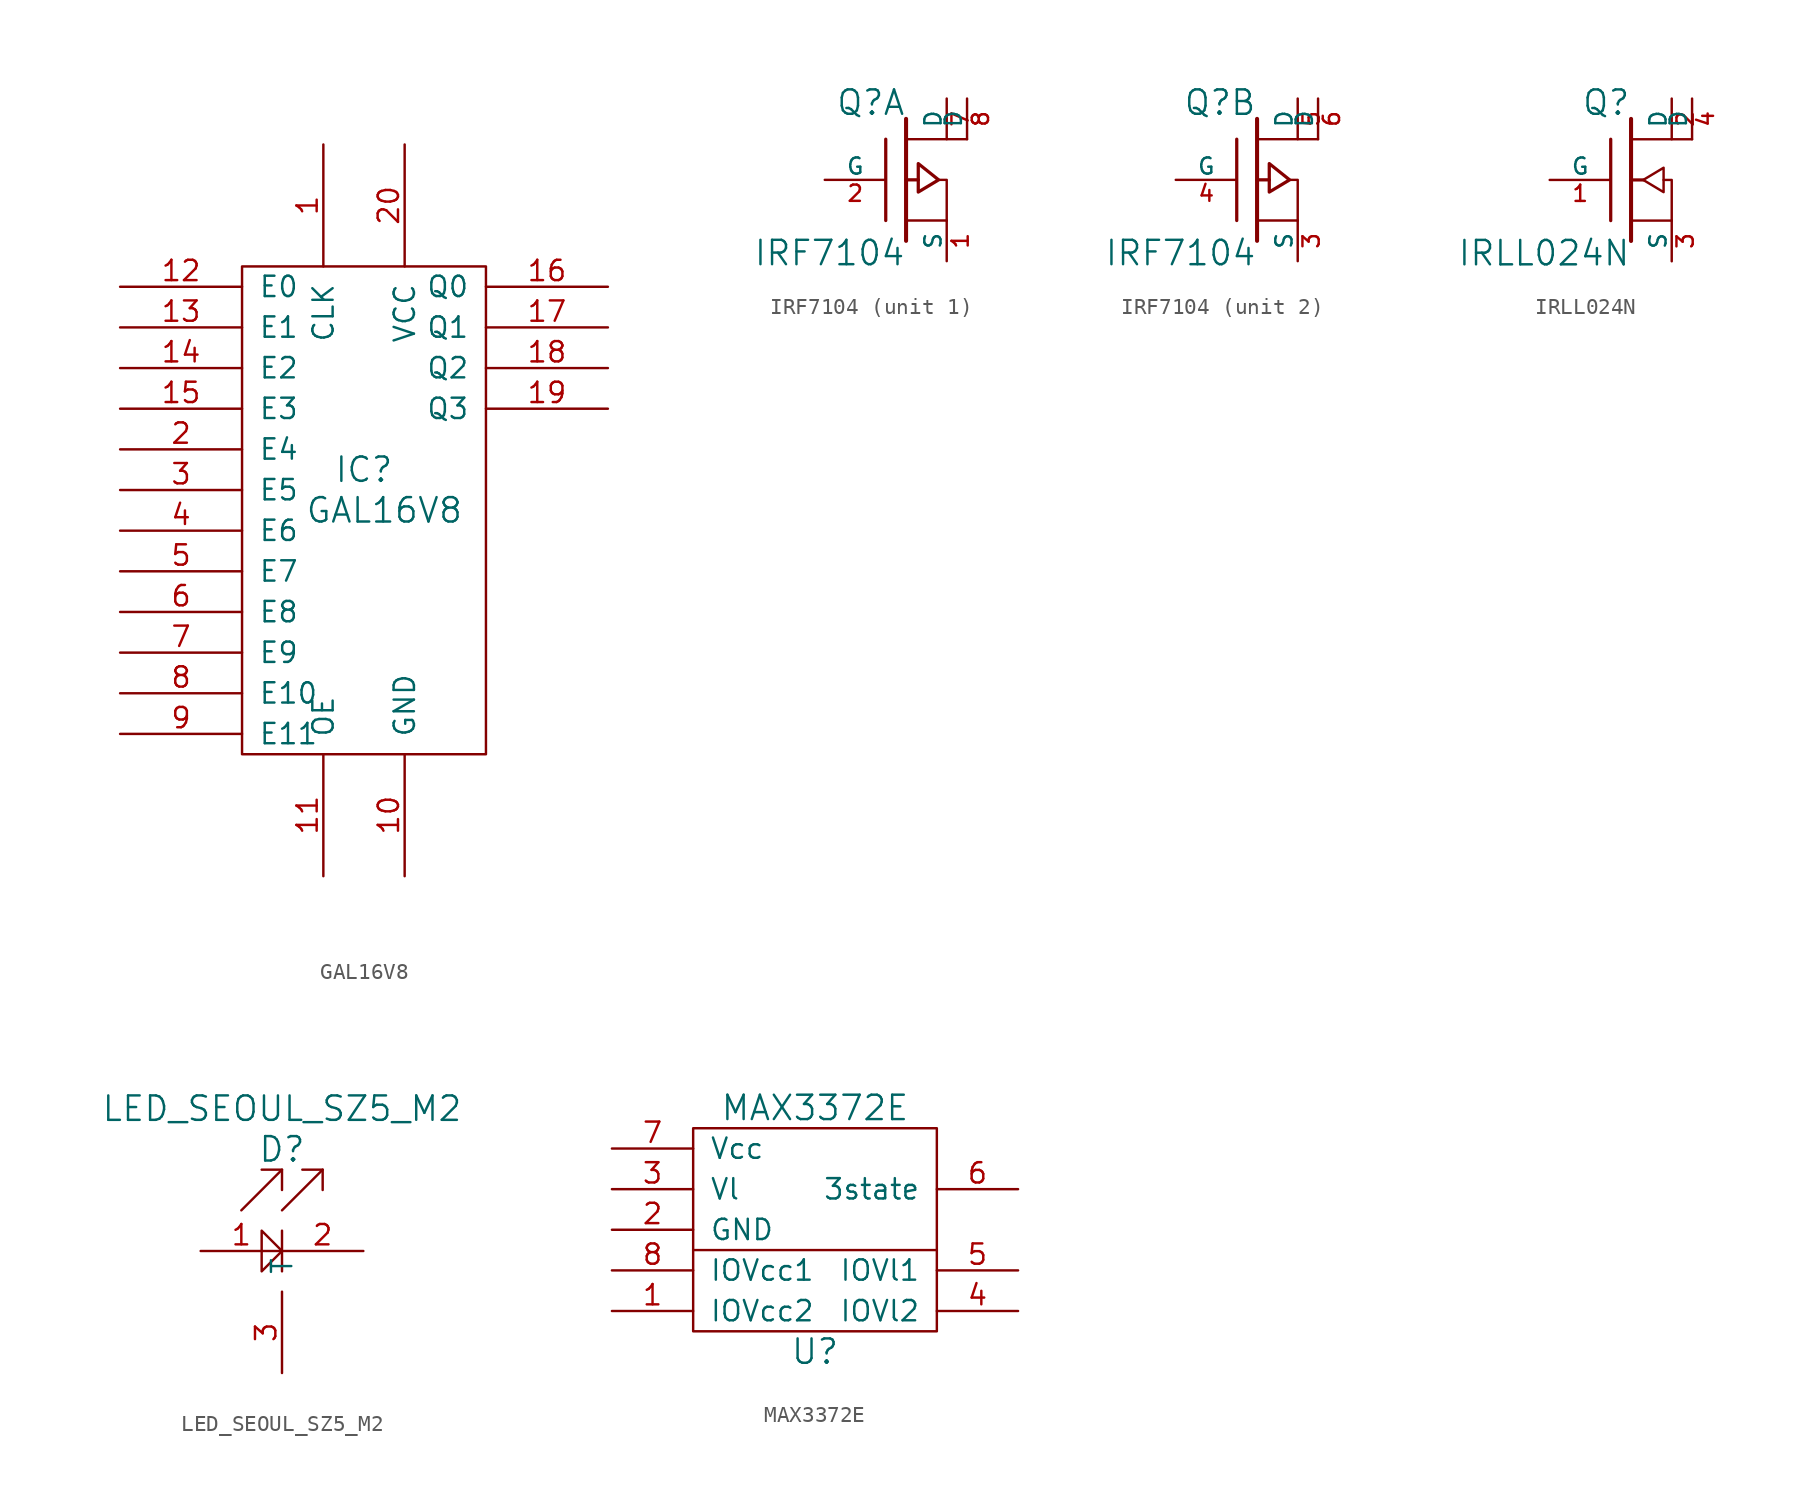
<source format=kicad_sym>
(kicad_symbol_lib
  (version 20220914)
  (generator kicad_symbol_editor)
  (symbol "GAL16V8"
    (pin_names
      (offset 1.016))
    (property "Reference" "IC"
      (at 0 2.54 0)
      (effects (font (size 1.524 1.524))))
    (property "Value" "GAL16V8"
      (at 1.27 0 0)
      (effects (font (size 1.524 1.524))))
    (symbol "GAL16V8_0_1"
      (rectangle (start 7.62 -15.24) (end -7.62 15.24) (stroke (width 0) (type solid)) (fill (type none))))
    (symbol "GAL16V8_1_1"
      (pin input line (at -2.54 22.86 270) (length 7.62) (name "CLK" (effects (font (size 1.27 1.27)))) (number "1" (effects (font (size 1.27 1.27)))))
      (pin power_in line (at 2.54 -22.86 90) (length 7.62) (name "GND" (effects (font (size 1.27 1.27)))) (number "10" (effects (font (size 1.27 1.27)))))
      (pin input line (at -2.54 -22.86 90) (length 7.62) (name "OE" (effects (font (size 1.27 1.27)))) (number "11" (effects (font (size 1.27 1.27)))))
      (pin input line (at -15.24 13.97 0) (length 7.62) (name "E0" (effects (font (size 1.27 1.27)))) (number "12" (effects (font (size 1.27 1.27)))))
      (pin input line (at -15.24 11.43 0) (length 7.62) (name "E1" (effects (font (size 1.27 1.27)))) (number "13" (effects (font (size 1.27 1.27)))))
      (pin input line (at -15.24 8.89 0) (length 7.62) (name "E2" (effects (font (size 1.27 1.27)))) (number "14" (effects (font (size 1.27 1.27)))))
      (pin input line (at -15.24 6.35 0) (length 7.62) (name "E3" (effects (font (size 1.27 1.27)))) (number "15" (effects (font (size 1.27 1.27)))))
      (pin output line (at 15.24 13.97 180) (length 7.62) (name "Q0" (effects (font (size 1.27 1.27)))) (number "16" (effects (font (size 1.27 1.27)))))
      (pin output line (at 15.24 11.43 180) (length 7.62) (name "Q1" (effects (font (size 1.27 1.27)))) (number "17" (effects (font (size 1.27 1.27)))))
      (pin output line (at 15.24 8.89 180) (length 7.62) (name "Q2" (effects (font (size 1.27 1.27)))) (number "18" (effects (font (size 1.27 1.27)))))
      (pin output line (at 15.24 6.35 180) (length 7.62) (name "Q3" (effects (font (size 1.27 1.27)))) (number "19" (effects (font (size 1.27 1.27)))))
      (pin input line (at -15.24 3.81 0) (length 7.62) (name "E4" (effects (font (size 1.27 1.27)))) (number "2" (effects (font (size 1.27 1.27)))))
      (pin power_in line (at 2.54 22.86 270) (length 7.62) (name "VCC" (effects (font (size 1.27 1.27)))) (number "20" (effects (font (size 1.27 1.27)))))
      (pin input line (at -15.24 1.27 0) (length 7.62) (name "E5" (effects (font (size 1.27 1.27)))) (number "3" (effects (font (size 1.27 1.27)))))
      (pin input line (at -15.24 -1.27 0) (length 7.62) (name "E6" (effects (font (size 1.27 1.27)))) (number "4" (effects (font (size 1.27 1.27)))))
      (pin input line (at -15.24 -3.81 0) (length 7.62) (name "E7" (effects (font (size 1.27 1.27)))) (number "5" (effects (font (size 1.27 1.27)))))
      (pin input line (at -15.24 -6.35 0) (length 7.62) (name "E8" (effects (font (size 1.27 1.27)))) (number "6" (effects (font (size 1.27 1.27)))))
      (pin input line (at -15.24 -8.89 0) (length 7.62) (name "E9" (effects (font (size 1.27 1.27)))) (number "7" (effects (font (size 1.27 1.27)))))
      (pin input line (at -15.24 -11.43 0) (length 7.62) (name "E10" (effects (font (size 1.27 1.27)))) (number "8" (effects (font (size 1.27 1.27)))))
      (pin input line (at -15.24 -13.97 0) (length 7.62) (name "E11" (effects (font (size 1.27 1.27)))) (number "9" (effects (font (size 1.27 1.27)))))))
  (symbol "IRF7104"
    (pin_names
      (offset 0))
    (property "Reference" "Q"
      (at 0 4.826 0)
      (effects (font (size 1.524 1.524)) (justify right)))
    (property "Value" "IRF7104"
      (at 0 -4.572 0)
      (effects (font (size 1.524 1.524)) (justify right)))
    (symbol "IRF7104_0_1"
      (polyline (pts (xy -1.27 -2.54) (xy -1.27 2.54)) (stroke (width 0.203) (type solid)) (fill (type none)))
      (polyline (pts (xy 0 -3.81) (xy 0 3.81)) (stroke (width 0.254) (type solid)) (fill (type none)))
      (polyline (pts (xy 0.762 0) (xy 0 0)) (stroke (width 0.203) (type solid)) (fill (type none)))
      (polyline (pts (xy 2.54 -2.54) (xy 0 -2.54)) (stroke (width 0) (type solid)) (fill (type none)))
      (polyline (pts (xy 3.81 2.54) (xy 0 2.54)) (stroke (width 0) (type solid)) (fill (type none)))
      (polyline (pts (xy 2.032 0) (xy 2.54 0) (xy 2.54 -2.54)) (stroke (width 0) (type solid)) (fill (type none)))
      (polyline (pts (xy 0.762 1.016) (xy 0.762 -0.762) (xy 2.032 0) (xy 0.762 1.016) (xy 0.762 1.016)) (stroke (width 0.203) (type solid)) (fill (type none))))
    (symbol "IRF7104_1_1"
      (pin passive line (at 2.54 -5.08 90) (length 2.54) (name "S" (effects (font (size 1.016 1.016)))) (number "1" (effects (font (size 1.016 1.016)))))
      (pin input line (at -5.08 0 0) (length 3.81) (name "G" (effects (font (size 1.016 1.016)))) (number "2" (effects (font (size 1.016 1.016)))))
      (pin passive line (at 2.54 5.08 270) (length 2.54) (name "D" (effects (font (size 1.016 1.016)))) (number "7" (effects (font (size 1.016 1.016)))))
      (pin passive line (at 3.81 5.08 270) (length 2.54) (name "D" (effects (font (size 1.016 1.016)))) (number "8" (effects (font (size 1.016 1.016))))))
    (symbol "IRF7104_2_1"
      (pin passive line (at 2.54 -5.08 90) (length 2.54) (name "S" (effects (font (size 1.016 1.016)))) (number "3" (effects (font (size 1.016 1.016)))))
      (pin input line (at -5.08 0 0) (length 3.81) (name "G" (effects (font (size 1.016 1.016)))) (number "4" (effects (font (size 1.016 1.016)))))
      (pin passive line (at 2.54 5.08 270) (length 2.54) (name "D" (effects (font (size 1.016 1.016)))) (number "5" (effects (font (size 1.016 1.016)))))
      (pin passive line (at 3.81 5.08 270) (length 2.54) (name "D" (effects (font (size 1.016 1.016)))) (number "6" (effects (font (size 1.016 1.016)))))))
  (symbol "IRLL024N"
    (pin_names
      (offset 0))
    (property "Reference" "Q"
      (at 0 4.826 0)
      (effects (font (size 1.524 1.524)) (justify right)))
    (property "Value" "IRLL024N"
      (at 0 -4.572 0)
      (effects (font (size 1.524 1.524)) (justify right)))
    (symbol "IRLL024N_0_1"
      (polyline (pts (xy -1.27 -2.54) (xy -1.27 2.54)) (stroke (width 0.203) (type solid)) (fill (type none)))
      (polyline (pts (xy 0 -3.81) (xy 0 3.81)) (stroke (width 0.254) (type solid)) (fill (type none)))
      (polyline (pts (xy 0.762 0) (xy 0 0)) (stroke (width 0.203) (type solid)) (fill (type none)))
      (polyline (pts (xy 2.54 -2.54) (xy 0 -2.54)) (stroke (width 0) (type solid)) (fill (type none)))
      (polyline (pts (xy 3.81 2.54) (xy 0 2.54)) (stroke (width 0) (type solid)) (fill (type none)))
      (polyline (pts (xy 2.032 0) (xy 2.54 0) (xy 2.54 -2.54)) (stroke (width 0) (type solid)) (fill (type none)))
      (polyline (pts (xy 2.032 0.762) (xy 2.032 -0.762) (xy 0.762 0) (xy 2.032 0.762)) (stroke (width 0) (type solid)) (fill (type none))))
    (symbol "IRLL024N_1_1"
      (pin input line (at -5.08 0 0) (length 3.81) (name "G" (effects (font (size 1.016 1.016)))) (number "1" (effects (font (size 1.016 1.016)))))
      (pin passive line (at 2.54 5.08 270) (length 2.54) (name "D" (effects (font (size 1.016 1.016)))) (number "2" (effects (font (size 1.016 1.016)))))
      (pin passive line (at 2.54 -5.08 90) (length 2.54) (name "S" (effects (font (size 1.016 1.016)))) (number "3" (effects (font (size 1.016 1.016)))))
      (pin passive line (at 3.81 5.08 270) (length 2.54) (name "D" (effects (font (size 1.016 1.016)))) (number "4" (effects (font (size 1.016 1.016)))))))
  (symbol "LED_SEOUL_SZ5_M2"
    (pin_names
      (offset 1.016))
    (property "Reference" "D"
      (at 0 6.35 0)
      (effects (font (size 1.524 1.524))))
    (property "Value" "LED_SEOUL_SZ5_M2"
      (at 0 8.89 0)
      (effects (font (size 1.524 1.524))))
    (symbol "LED_SEOUL_SZ5_M2_0_1"
      (polyline (pts (xy -2.54 2.54) (xy 0 5.08)) (stroke (width 0) (type solid)) (fill (type none)))
      (polyline (pts (xy 0 1.27) (xy 0 -1.27)) (stroke (width 0) (type solid)) (fill (type none)))
      (polyline (pts (xy 0 2.54) (xy 2.54 5.08)) (stroke (width 0) (type solid)) (fill (type none)))
      (polyline (pts (xy -1.27 5.08) (xy 0 5.08) (xy 0 3.81)) (stroke (width 0) (type solid)) (fill (type none)))
      (polyline (pts (xy 1.27 5.08) (xy 2.54 5.08) (xy 2.54 3.81)) (stroke (width 0) (type solid)) (fill (type none)))
      (polyline (pts (xy -1.27 1.27) (xy -1.27 -1.27) (xy 0 0) (xy -1.27 1.27)) (stroke (width 0) (type solid)) (fill (type none))))
    (symbol "LED_SEOUL_SZ5_M2_1_1"
      (pin input line (at -5.08 0 0) (length 5.08) (name "~" (effects (font (size 1.27 1.27)))) (number "1" (effects (font (size 1.27 1.27)))))
      (pin input line (at 5.08 0 180) (length 5.08) (name "~" (effects (font (size 1.27 1.27)))) (number "2" (effects (font (size 1.27 1.27)))))
      (pin input line (at 0 -7.62 90) (length 5.08) (name "T" (effects (font (size 1.27 1.27)))) (number "3" (effects (font (size 1.27 1.27)))))))
  (symbol "MAX3372E"
    (pin_names
      (offset 1.016))
    (property "Reference" "U"
      (at 0 -7.62 0)
      (effects (font (size 1.524 1.524))))
    (property "Value" "MAX3372E"
      (at 0 7.62 0)
      (effects (font (size 1.524 1.524))))
    (symbol "MAX3372E_0_1"
      (rectangle (start -7.62 6.35) (end 7.62 -6.35) (stroke (width 0) (type solid)) (fill (type none)))
      (polyline (pts (xy -7.62 -1.27) (xy 7.62 -1.27) (xy 7.62 -1.27) (xy 7.62 -1.27)) (stroke (width 0) (type solid)) (fill (type none))))
    (symbol "MAX3372E_1_1"
      (pin bidirectional line (at -12.7 -5.08 0) (length 5.08) (name "IOVcc2" (effects (font (size 1.27 1.27)))) (number "1" (effects (font (size 1.27 1.27)))))
      (pin power_in line (at -12.7 0 0) (length 5.08) (name "GND" (effects (font (size 1.27 1.27)))) (number "2" (effects (font (size 1.27 1.27)))))
      (pin power_in line (at -12.7 2.54 0) (length 5.08) (name "Vl" (effects (font (size 1.27 1.27)))) (number "3" (effects (font (size 1.27 1.27)))))
      (pin bidirectional line (at 12.7 -5.08 180) (length 5.08) (name "IOVl2" (effects (font (size 1.27 1.27)))) (number "4" (effects (font (size 1.27 1.27)))))
      (pin bidirectional line (at 12.7 -2.54 180) (length 5.08) (name "IOVl1" (effects (font (size 1.27 1.27)))) (number "5" (effects (font (size 1.27 1.27)))))
      (pin input line (at 12.7 2.54 180) (length 5.08) (name "3state" (effects (font (size 1.27 1.27)))) (number "6" (effects (font (size 1.27 1.27)))))
      (pin power_in line (at -12.7 5.08 0) (length 5.08) (name "Vcc" (effects (font (size 1.27 1.27)))) (number "7" (effects (font (size 1.27 1.27)))))
      (pin bidirectional line (at -12.7 -2.54 0) (length 5.08) (name "IOVcc1" (effects (font (size 1.27 1.27)))) (number "8" (effects (font (size 1.27 1.27))))))))
</source>
